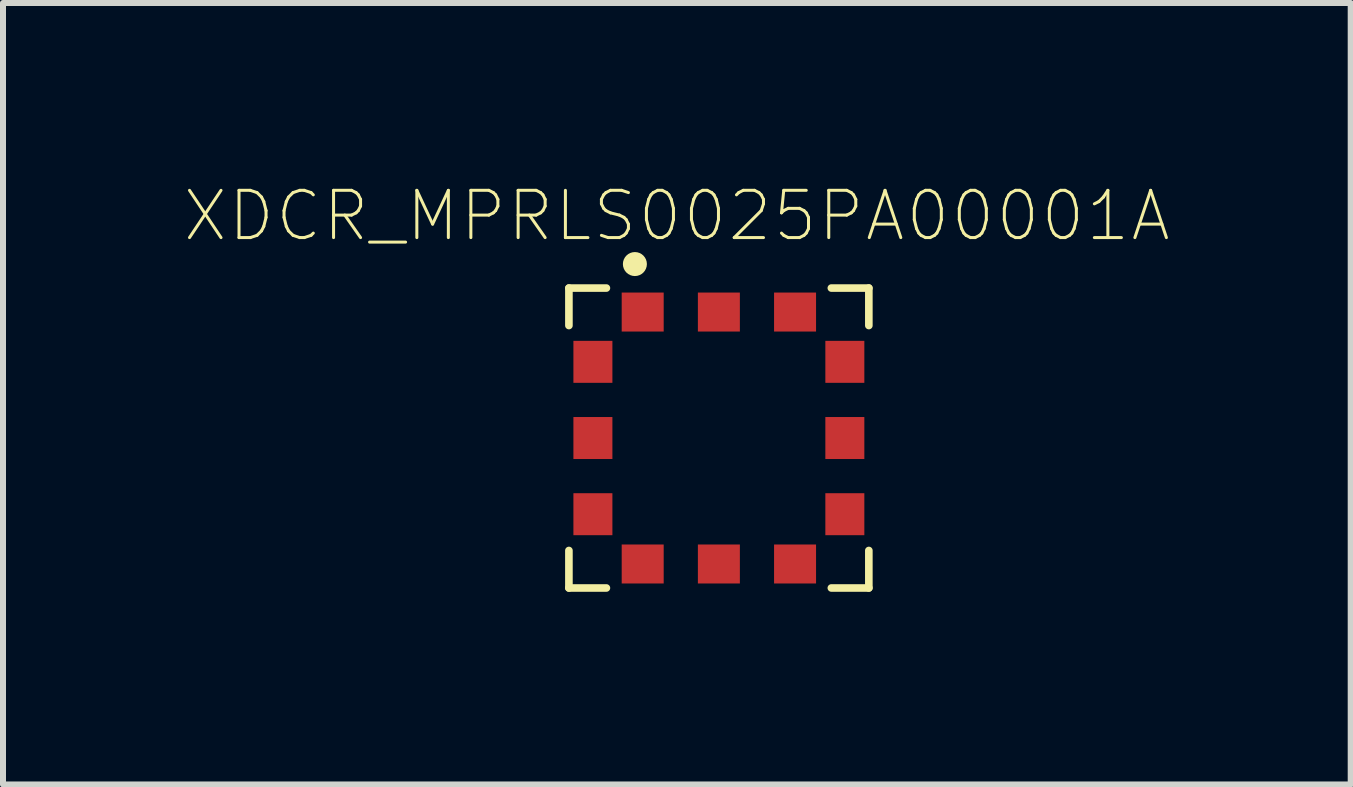
<source format=kicad_pcb>
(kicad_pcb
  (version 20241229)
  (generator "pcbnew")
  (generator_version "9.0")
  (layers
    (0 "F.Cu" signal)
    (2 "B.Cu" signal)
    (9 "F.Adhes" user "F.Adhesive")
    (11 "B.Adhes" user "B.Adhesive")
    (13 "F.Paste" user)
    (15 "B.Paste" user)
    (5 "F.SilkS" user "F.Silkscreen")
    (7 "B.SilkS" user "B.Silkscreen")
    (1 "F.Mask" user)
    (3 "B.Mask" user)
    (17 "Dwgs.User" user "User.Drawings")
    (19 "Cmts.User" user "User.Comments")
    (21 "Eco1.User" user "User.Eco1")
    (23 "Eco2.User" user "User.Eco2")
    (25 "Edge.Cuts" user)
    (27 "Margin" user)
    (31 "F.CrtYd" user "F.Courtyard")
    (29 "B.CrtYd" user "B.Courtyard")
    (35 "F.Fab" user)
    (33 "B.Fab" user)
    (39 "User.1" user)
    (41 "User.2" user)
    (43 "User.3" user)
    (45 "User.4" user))
  (footprint "XDCR_MPRLS0025PA00001A"
    (layer "F.Cu")
    (at 8.934 4.252)
    (property "Reference" "XDCR_MPRLS0025PA00001A" (at -0.701 -3.703 0) (layer "F.SilkS") (effects (font (size 0.788 0.788) (thickness 0.05))))
    (attr smd)
    (fp_line (start -2.5 -2.5) (end -2.5 -1.875) (stroke (width 0.127) (type solid)) (layer "F.SilkS"))
    (fp_line (start -2.5 -2.5) (end -1.875 -2.5) (stroke (width 0.127) (type solid)) (layer "F.SilkS"))
    (fp_line (start -2.5 2.5) (end -2.5 1.875) (stroke (width 0.127) (type solid)) (layer "F.SilkS"))
    (fp_line (start -2.5 2.5) (end -1.875 2.5) (stroke (width 0.127) (type solid)) (layer "F.SilkS"))
    (fp_line (start 1.875 -2.5) (end 2.5 -2.5) (stroke (width 0.127) (type solid)) (layer "F.SilkS"))
    (fp_line (start 2.5 -2.5) (end 2.5 -1.875) (stroke (width 0.127) (type solid)) (layer "F.SilkS"))
    (fp_line (start 2.5 2.5) (end 1.875 2.5) (stroke (width 0.127) (type solid)) (layer "F.SilkS"))
    (fp_line (start 2.5 2.5) (end 2.5 1.875) (stroke (width 0.127) (type solid)) (layer "F.SilkS"))
    (fp_circle (center -1.4 -2.9) (end -1.3 -2.9) (stroke (width 0.2) (type solid)) (fill no) (layer "F.SilkS"))
    (fp_line (start -2.75 -2.75) (end 2.75 -2.75) (stroke (width 0.05) (type solid)) (layer "Eco1.User"))
    (fp_line (start -2.75 2.75) (end -2.75 -2.75) (stroke (width 0.05) (type solid)) (layer "Eco1.User"))
    (fp_line (start 2.75 -2.75) (end 2.75 2.75) (stroke (width 0.05) (type solid)) (layer "Eco1.User"))
    (fp_line (start 2.75 2.75) (end -2.75 2.75) (stroke (width 0.05) (type solid)) (layer "Eco1.User"))
    (fp_line (start -2.5 -2.5) (end 2.5 -2.5) (stroke (width 0.127) (type solid)) (layer "Eco2.User"))
    (fp_line (start -2.5 2.5) (end -2.5 -2.5) (stroke (width 0.127) (type solid)) (layer "Eco2.User"))
    (fp_line (start 2.5 -2.5) (end 2.5 2.5) (stroke (width 0.127) (type solid)) (layer "Eco2.User"))
    (fp_line (start 2.5 2.5) (end -2.5 2.5) (stroke (width 0.127) (type solid)) (layer "Eco2.User"))
    (fp_circle (center -1.2 -2.1) (end -1.1 -2.1) (stroke (width 0.2) (type solid)) (fill no) (layer "Eco2.User"))
    (pad "1" smd rect (at -1.27 -2.1 180) (size 0.7 0.65) (layers "F.Cu" "F.Mask" "F.Paste"))
    (pad "2" smd rect (at 0 -2.1 180) (size 0.7 0.65) (layers "F.Cu" "F.Mask" "F.Paste"))
    (pad "3" smd rect (at 1.27 -2.1 180) (size 0.7 0.65) (layers "F.Cu" "F.Mask" "F.Paste"))
    (pad "4" smd rect (at 2.1 -1.27 180) (size 0.65 0.7) (layers "F.Cu" "F.Mask" "F.Paste"))
    (pad "5" smd rect (at 2.1 0 180) (size 0.65 0.7) (layers "F.Cu" "F.Mask" "F.Paste"))
    (pad "6" smd rect (at 2.1 1.27 180) (size 0.65 0.7) (layers "F.Cu" "F.Mask" "F.Paste"))
    (pad "7" smd rect (at 1.27 2.1 180) (size 0.7 0.65) (layers "F.Cu" "F.Mask" "F.Paste"))
    (pad "8" smd rect (at 0 2.1 180) (size 0.7 0.65) (layers "F.Cu" "F.Mask" "F.Paste"))
    (pad "9" smd rect (at -1.27 2.1 180) (size 0.7 0.65) (layers "F.Cu" "F.Mask" "F.Paste"))
    (pad "10" smd rect (at -2.1 1.27 180) (size 0.65 0.7) (layers "F.Cu" "F.Mask" "F.Paste"))
    (pad "11" smd rect (at -2.1 0 180) (size 0.65 0.7) (layers "F.Cu" "F.Mask" "F.Paste"))
    (pad "12" smd rect (at -2.1 -1.27 180) (size 0.65 0.7) (layers "F.Cu" "F.Mask" "F.Paste")))
  (gr_rect
    (start -3 -3)
    (end 19.467 10.027)
    (stroke (width 0.1) (type default))
    (fill no)
    (layer "Edge.Cuts")))
</source>
